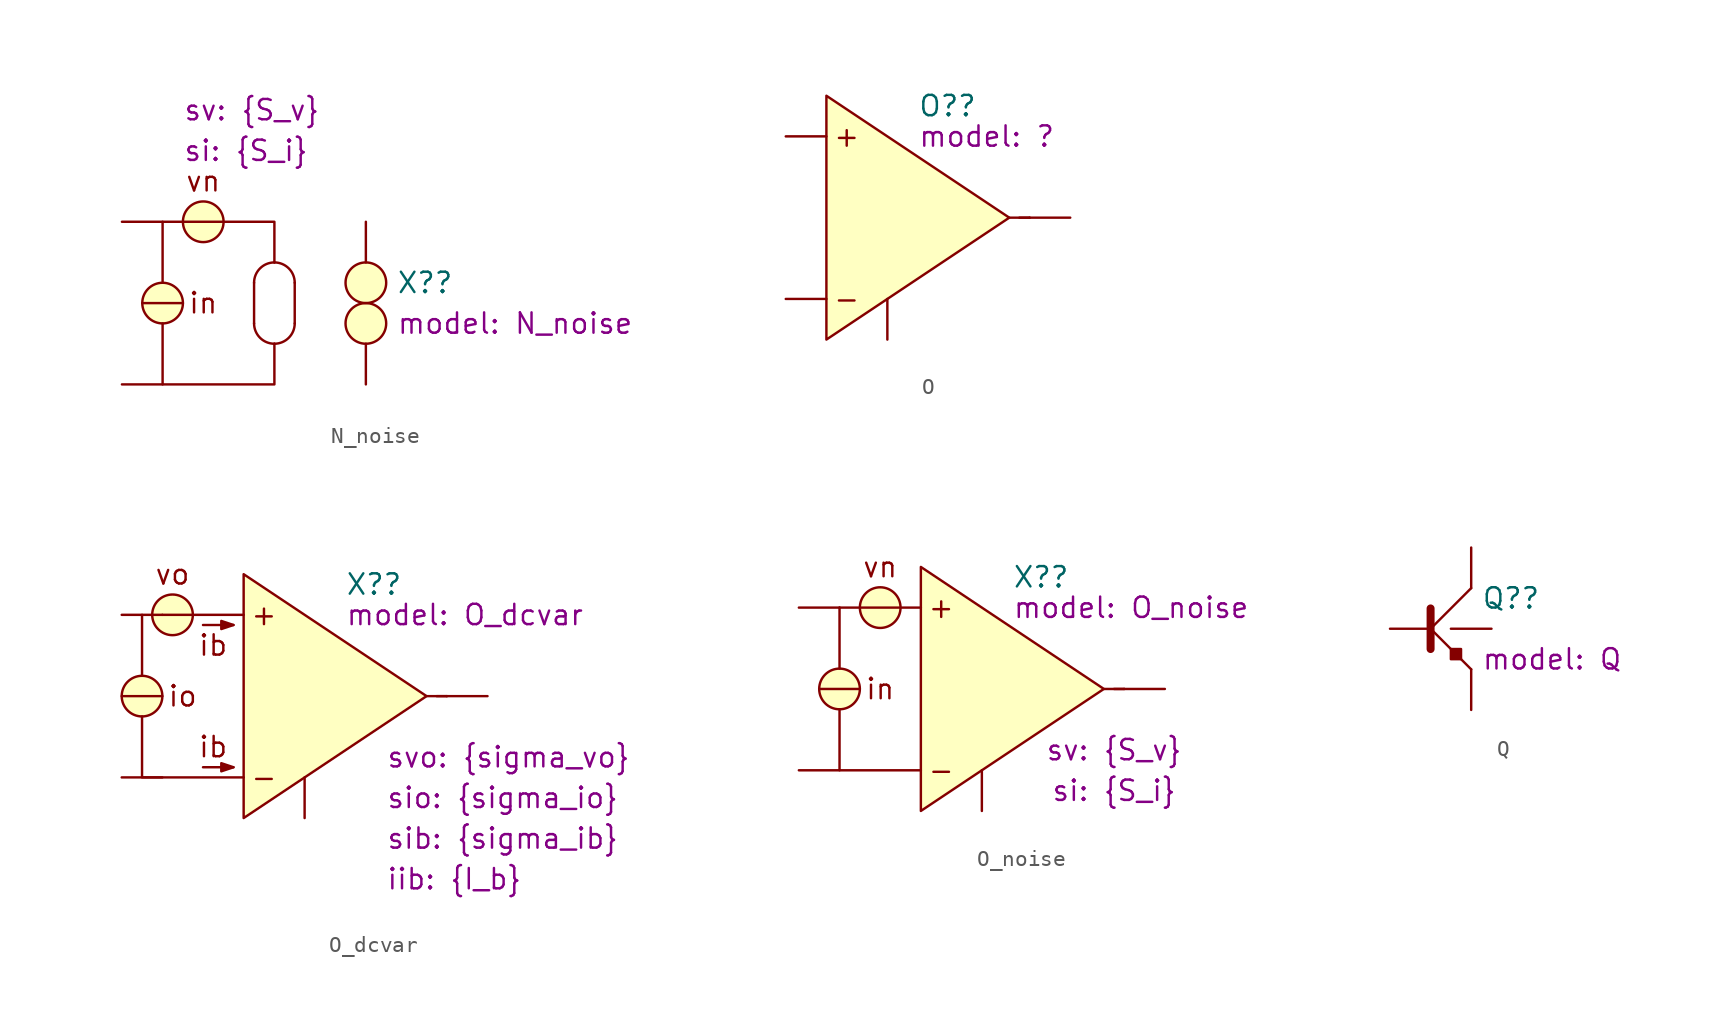
<source format=kicad_sym>
(kicad_symbol_lib
  (version 20241209)
  (generator "kicad_symbol_editor")
  (generator_version "9.0")
  (symbol "N_noise"
    (pin_numbers
      (hide yes))
    (pin_names
      (offset 0)
      (hide yes))
    (property "Reference" "X?"
      (at 1.905 1.27 0)
      (effects (font (size 1.27 1.27)) (justify left)))
    (property "sv" "{S_v}"
      (at -11.43 12.065 0)
      (show_name)
      (effects (font (size 1.27 1.27)) (justify left)))
    (property "si" "{S_i}"
      (at -11.43 9.525 0)
      (show_name)
      (effects (font (size 1.27 1.27)) (justify left)))
    (property "model" "N_noise"
      (at 1.905 -1.27 0)
      (show_name)
      (effects (font (size 1.27 1.27)) (justify left)))
    (symbol "N_noise_0_1"
      (polyline (pts (xy -13.97 0) (xy -11.43 0)) (stroke (width 0) (type default)) (fill (type none)))
      (polyline (pts (xy -12.7 -1.27) (xy -12.7 -5.08) (xy -5.715 -5.08) (xy -5.715 -2.54)) (stroke (width 0) (type default)) (fill (type none)))
      (polyline (pts (xy -6.985 1.27) (xy -6.985 -1.27)) (stroke (width 0) (type default)) (fill (type none)))
      (arc (start -4.445 -1.27) (mid -4.817 -2.168) (end -5.715 -2.54) (stroke (width 0) (type default)) (fill (type none)))
      (polyline (pts (xy -5.715 2.54) (xy -5.715 5.08) (xy -12.7 5.08) (xy -12.7 1.27)) (stroke (width 0) (type default)) (fill (type none)))
      (arc (start -5.7149 2.5401) (mid -4.8169 2.1681) (end -4.4449 1.2701) (stroke (width 0) (type default)) (fill (type none)))
      (arc (start -5.715 -2.54) (mid -6.613 -2.168) (end -6.985 -1.27) (stroke (width 0) (type default)) (fill (type none)))
      (arc (start -6.9849 1.2701) (mid -6.6129 2.1681) (end -5.7149 2.5401) (stroke (width 0) (type default)) (fill (type none)))
      (polyline (pts (xy -4.445 1.27) (xy -4.445 -1.27)) (stroke (width 0) (type default)) (fill (type none))))
    (symbol "N_noise_1_0"
      (pin power_out line (at 0 5.08 270) (length 2.54) (name "outP" (effects (font (size 1.27 1.27)))) (number "3" (effects (font (size 1.27 1.27)))))
      (pin power_out line (at 0 -5.08 90) (length 2.54) (name "outN" (effects (font (size 1.27 1.27)))) (number "4" (effects (font (size 1.27 1.27))))))
    (symbol "N_noise_1_1"
      (circle (center -12.7 0) (radius 1.27) (stroke (width 0) (type default)) (fill (type background)))
      (circle (center -10.16 5.08) (radius 1.27) (stroke (width 0) (type default)) (fill (type background)))
      (circle (center 0 1.27) (radius 1.27) (stroke (width 0) (type default)) (fill (type background)))
      (circle (center 0 -1.27) (radius 1.27) (stroke (width 0) (type default)) (fill (type background)))
      (text "vn" (at -10.16 7.62 0) (effects (font (size 1.27 1.27))))
      (text "in" (at -10.16 0 0) (effects (font (size 1.27 1.27))))
      (pin input line (at -15.24 5.08 0) (length 2.54) (name "inp" (effects (font (size 1.27 1.27)))) (number "1" (effects (font (size 1.27 1.27)))))
      (pin input line (at -15.24 -5.08 0) (length 2.54) (name "inN" (effects (font (size 1.27 1.27)))) (number "2" (effects (font (size 1.27 1.27)))))))
  (symbol "O"
    (pin_numbers
      (hide yes))
    (pin_names
      (offset 0)
      (hide yes))
    (property "Reference" "O?"
      (at 0.635 6.985 0)
      (effects (font (size 1.27 1.27)) (justify left)))
    (property "model" "?"
      (at 0.635 5.08 0)
      (show_name)
      (effects (font (size 1.27 1.27)) (justify left)))
    (symbol "O_0_1"
      (polyline (pts (xy 6.35 0) (xy 7.62 0)) (stroke (width 0) (type default)) (fill (type none)))
      (polyline (pts (xy 7.62 0) (xy 6.985 0)) (stroke (width 0) (type default)) (fill (type none))))
    (symbol "O_1_0"
      (pin power_out line (at -1.27 -7.62 90) (length 2.54) (name "outN" (effects (font (size 1.27 1.27)))) (number "4" (effects (font (size 1.27 1.27)))))
      (pin power_out line (at 10.16 0 180) (length 2.54) (name "outP" (effects (font (size 1.27 1.27)))) (number "3" (effects (font (size 1.27 1.27))))))
    (symbol "O_1_1"
      (polyline (pts (xy 6.35 0) (xy -5.08 7.62) (xy -5.08 -7.62) (xy 6.35 0)) (stroke (width 0) (type default)) (fill (type background)))
      (text "+" (at -3.81 5.08 0) (effects (font (size 1.27 1.27))))
      (text "-" (at -3.81 -5.08 0) (effects (font (size 1.27 1.27))))
      (pin input line (at -7.62 5.08 0) (length 2.54) (name "inp" (effects (font (size 1.27 1.27)))) (number "1" (effects (font (size 1.27 1.27)))))
      (pin input line (at -7.62 -5.08 0) (length 2.54) (name "inN" (effects (font (size 1.27 1.27)))) (number "2" (effects (font (size 1.27 1.27)))))))
  (symbol "O_dcvar"
    (pin_numbers
      (hide yes))
    (pin_names
      (offset 0)
      (hide yes))
    (property "Reference" "X?"
      (at 1.27 6.985 0)
      (effects (font (size 1.27 1.27)) (justify left)))
    (property "svo" "{sigma_vo}"
      (at 3.81 -3.81 0)
      (show_name)
      (do_not_autoplace)
      (effects (font (size 1.27 1.27)) (justify left)))
    (property "sio" "{sigma_io}"
      (at 3.81 -6.35 0)
      (show_name)
      (do_not_autoplace)
      (effects (font (size 1.27 1.27)) (justify left)))
    (property "model" "O_dcvar"
      (at 1.27 5.08 0)
      (show_name)
      (effects (font (size 1.27 1.27)) (justify left)))
    (property "sib" "{sigma_ib}"
      (at 3.81 -8.89 0)
      (show_name)
      (do_not_autoplace)
      (effects (font (size 1.27 1.27)) (justify left)))
    (property "iib" "{I_b}"
      (at 3.81 -11.43 0)
      (show_name)
      (do_not_autoplace)
      (effects (font (size 1.27 1.27)) (justify left)))
    (symbol "O_dcvar_0_1"
      (polyline (pts (xy -12.7 0) (xy -10.16 0)) (stroke (width 0) (type default)) (fill (type none)))
      (polyline (pts (xy -11.43 -1.27) (xy -11.43 -5.08) (xy -5.08 -5.08)) (stroke (width 0) (type default)) (fill (type none)))
      (polyline (pts (xy -5.715 4.445) (xy -7.62 4.445)) (stroke (width 0) (type solid)) (fill (type none)))
      (polyline (pts (xy -5.715 4.445) (xy -6.477 4.699) (xy -6.477 4.191) (xy -5.715 4.445)) (stroke (width 0) (type solid)) (fill (type outline)))
      (polyline (pts (xy -5.715 -4.445) (xy -7.62 -4.445)) (stroke (width 0) (type solid)) (fill (type none)))
      (polyline (pts (xy -5.715 -4.445) (xy -6.477 -4.191) (xy -6.477 -4.699) (xy -5.715 -4.445)) (stroke (width 0) (type solid)) (fill (type outline)))
      (polyline (pts (xy 6.35 0) (xy 7.62 0)) (stroke (width 0) (type default)) (fill (type none)))
      (polyline (pts (xy 7.62 0) (xy 6.985 0)) (stroke (width 0) (type default)) (fill (type none))))
    (symbol "O_dcvar_1_0"
      (pin power_out line (at -1.27 -7.62 90) (length 2.54) (name "outN" (effects (font (size 1.27 1.27)))) (number "4" (effects (font (size 1.27 1.27)))))
      (pin power_out line (at 10.16 0 180) (length 2.54) (name "outP" (effects (font (size 1.27 1.27)))) (number "3" (effects (font (size 1.27 1.27))))))
    (symbol "O_dcvar_1_1"
      (polyline (pts (xy -11.43 1.27) (xy -11.43 5.08)) (stroke (width 0) (type default)) (fill (type none)))
      (circle (center -11.43 0) (radius 1.27) (stroke (width 0) (type default)) (fill (type background)))
      (polyline (pts (xy -10.16 5.08) (xy -5.08 5.08)) (stroke (width 0) (type default)) (fill (type none)))
      (circle (center -9.525 5.08) (radius 1.27) (stroke (width 0) (type default)) (fill (type background)))
      (polyline (pts (xy 6.35 0) (xy -5.08 7.62) (xy -5.08 -7.62) (xy 6.35 0)) (stroke (width 0) (type default)) (fill (type background)))
      (text "vo" (at -9.525 7.62 0) (effects (font (size 1.27 1.27))))
      (text "io" (at -8.89 0 0) (effects (font (size 1.27 1.27))))
      (text "ib" (at -6.985 3.175 0) (effects (font (size 1.27 1.27))))
      (text "ib" (at -6.985 -3.175 0) (effects (font (size 1.27 1.27))))
      (text "+" (at -3.81 5.08 0) (effects (font (size 1.27 1.27))))
      (text "-" (at -3.81 -5.08 0) (effects (font (size 1.27 1.27))))
      (pin input line (at -12.7 5.08 0) (length 2.54) (name "inp" (effects (font (size 1.27 1.27)))) (number "1" (effects (font (size 1.27 1.27)))))
      (pin input line (at -12.7 -5.08 0) (length 2.54) (name "inN" (effects (font (size 1.27 1.27)))) (number "2" (effects (font (size 1.27 1.27)))))))
  (symbol "O_noise"
    (pin_numbers
      (hide yes))
    (pin_names
      (offset 0)
      (hide yes))
    (property "Reference" "X?"
      (at 0.635 6.985 0)
      (effects (font (size 1.27 1.27)) (justify left)))
    (property "sv" "{S_v}"
      (at 6.985 -3.81 0)
      (show_name)
      (effects (font (size 1.27 1.27))))
    (property "si" "{S_i}"
      (at 6.985 -6.35 0)
      (show_name)
      (effects (font (size 1.27 1.27))))
    (property "model" "O_noise"
      (at 0.635 5.08 0)
      (show_name)
      (effects (font (size 1.27 1.27)) (justify left)))
    (symbol "O_noise_0_1"
      (polyline (pts (xy -11.43 0) (xy -8.89 0)) (stroke (width 0) (type default)) (fill (type none)))
      (polyline (pts (xy 6.35 0) (xy 7.62 0)) (stroke (width 0) (type default)) (fill (type none)))
      (polyline (pts (xy 7.62 0) (xy 6.985 0)) (stroke (width 0) (type default)) (fill (type none))))
    (symbol "O_noise_1_0"
      (pin power_out line (at -1.27 -7.62 90) (length 2.54) (name "outN" (effects (font (size 1.27 1.27)))) (number "4" (effects (font (size 1.27 1.27)))))
      (pin power_out line (at 10.16 0 180) (length 2.54) (name "outP" (effects (font (size 1.27 1.27)))) (number "3" (effects (font (size 1.27 1.27))))))
    (symbol "O_noise_1_1"
      (polyline (pts (xy -10.16 5.08) (xy -5.08 5.08)) (stroke (width 0) (type default)) (fill (type none)))
      (polyline (pts (xy -10.16 1.27) (xy -10.16 5.08)) (stroke (width 0) (type default)) (fill (type none)))
      (circle (center -10.16 0) (radius 1.27) (stroke (width 0) (type default)) (fill (type background)))
      (polyline (pts (xy -10.16 -1.27) (xy -10.16 -5.08) (xy -5.08 -5.08)) (stroke (width 0) (type default)) (fill (type none)))
      (circle (center -7.62 5.08) (radius 1.27) (stroke (width 0) (type default)) (fill (type background)))
      (polyline (pts (xy 6.35 0) (xy -5.08 7.62) (xy -5.08 -7.62) (xy 6.35 0)) (stroke (width 0) (type default)) (fill (type background)))
      (text "vn" (at -7.62 7.62 0) (effects (font (size 1.27 1.27))))
      (text "in" (at -7.62 0 0) (effects (font (size 1.27 1.27))))
      (text "+" (at -3.81 5.08 0) (effects (font (size 1.27 1.27))))
      (text "-" (at -3.81 -5.08 0) (effects (font (size 1.27 1.27))))
      (pin input line (at -12.7 5.08 0) (length 2.54) (name "inp" (effects (font (size 1.27 1.27)))) (number "1" (effects (font (size 1.27 1.27)))))
      (pin input line (at -12.7 -5.08 0) (length 2.54) (name "inN" (effects (font (size 1.27 1.27)))) (number "2" (effects (font (size 1.27 1.27)))))))
  (symbol "Q"
    (pin_numbers
      (hide yes))
    (pin_names
      (offset 0)
      (hide yes))
    (property "Reference" "Q?"
      (at 0.635 1.905 0)
      (effects (font (size 1.27 1.27)) (justify left)))
    (property "model" "Q"
      (at 0.635 -1.905 0)
      (show_name)
      (effects (font (size 1.27 1.27)) (justify left)))
    (symbol "Q_0_1"
      (polyline (pts (xy -1.27 -1.27) (xy -1.27 -1.27) (xy -1.27 -1.905) (xy -0.635 -1.905) (xy -0.635 -1.27) (xy -0.635 -1.27) (xy -1.27 -1.27)) (stroke (width 0) (type solid)) (fill (type outline))))
    (symbol "Q_1_0"
      (pin unspecified line (at -5.08 0 0) (length 2.54) (name "B" (effects (font (size 1.27 1.27)))) (number "2" (effects (font (size 1.27 1.27)))))
      (pin unspecified line (at 0 5.08 270) (length 2.54) (name "C" (effects (font (size 1.27 1.27)))) (number "1" (effects (font (size 1.27 1.27)))))
      (pin unspecified line (at 0 -5.08 90) (length 2.54) (name "E" (effects (font (size 1.27 1.27)))) (number "3" (effects (font (size 1.27 1.27)))))
      (pin unspecified line (at 1.27 0 180) (length 2.54) (name "S" (effects (font (size 1.27 1.27)))) (number "4" (effects (font (size 1.27 1.27))))))
    (symbol "Q_1_1"
      (polyline (pts (xy -2.54 -1.27) (xy -2.54 1.27)) (stroke (width 0.5) (type solid)) (fill (type none)))
      (polyline (pts (xy 0 2.54) (xy -2.54 0) (xy -2.54 0)) (stroke (width 0) (type default)) (fill (type none)))
      (polyline (pts (xy 0 -2.54) (xy -2.54 0)) (stroke (width 0) (type default)) (fill (type none))))))
</source>
